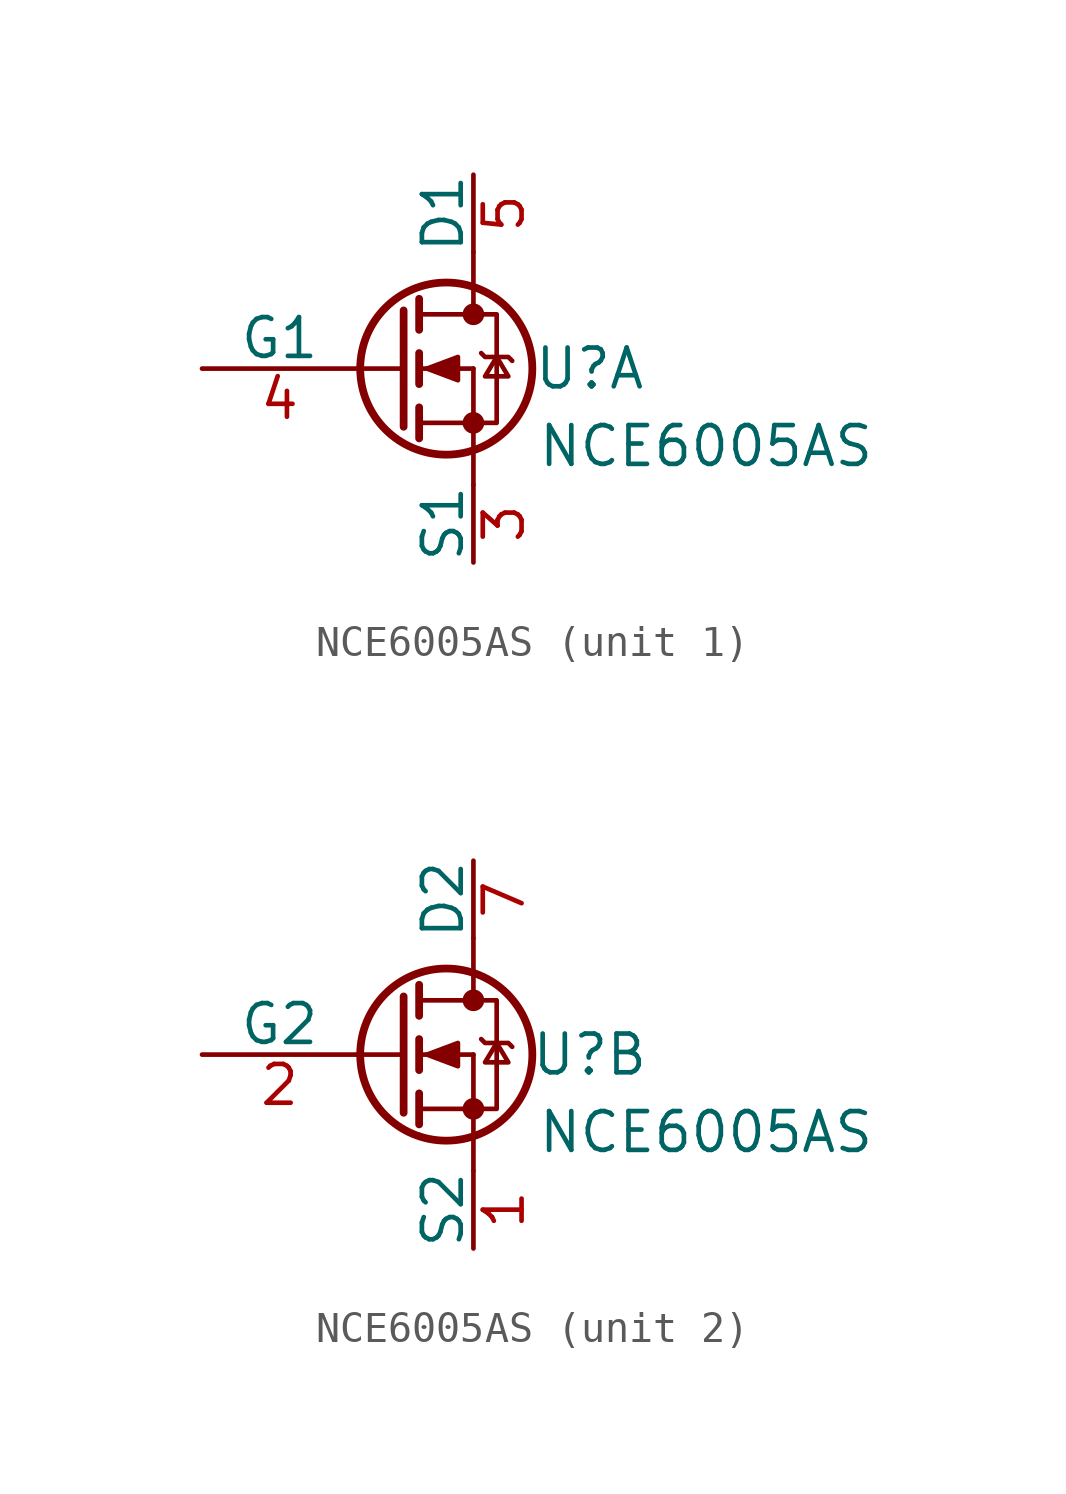
<source format=kicad_sym>
(kicad_symbol_lib
  (version 20211014)
  (generator kicad_symbol_editor)
  (symbol "NCE6005AS"
    (pin_names
      (offset 0))
    (property "Reference" "U"
      (at 3.81 0 0)
      (effects (font (size 1.27 1.27))))
    (property "Value" "NCE6005AS"
      (at 7.62 -2.54 0)
      (effects (font (size 1.27 1.27))))
    (property "ki_locked" ""
      (at 0 0 0)
      (effects (font (size 1.27 1.27))))
    (symbol "NCE6005AS_1_1"
      (circle (center -0.889 0) (radius 2.819) (stroke (width 0.254) (type default) (color 0 0 0 0)) (fill (type none)))
      (circle (center 0 -1.778) (radius 0.279) (stroke (width 0) (type default) (color 0 0 0 0)) (fill (type outline)))
      (polyline (pts (xy -3.81 0) (xy -2.286 0)) (stroke (width 0) (type default) (color 0 0 0 0)) (fill (type none)))
      (polyline (pts (xy -1.778 -1.778) (xy 0 -1.778)) (stroke (width 0) (type default) (color 0 0 0 0)) (fill (type none)))
      (polyline (pts (xy -1.778 -1.27) (xy -1.778 -2.286)) (stroke (width 0.254) (type default) (color 0 0 0 0)) (fill (type none)))
      (polyline (pts (xy -1.778 0) (xy 0 0)) (stroke (width 0) (type default) (color 0 0 0 0)) (fill (type none)))
      (polyline (pts (xy -1.778 0.508) (xy -1.778 -0.508)) (stroke (width 0.254) (type default) (color 0 0 0 0)) (fill (type none)))
      (polyline (pts (xy -1.778 1.778) (xy 0 1.778)) (stroke (width 0) (type default) (color 0 0 0 0)) (fill (type none)))
      (polyline (pts (xy -1.778 2.286) (xy -1.778 1.27)) (stroke (width 0.254) (type default) (color 0 0 0 0)) (fill (type none)))
      (polyline (pts (xy 0 -1.778) (xy 0 -3.81)) (stroke (width 0) (type default) (color 0 0 0 0)) (fill (type none)))
      (polyline (pts (xy 0 -1.778) (xy 0 0)) (stroke (width 0) (type default) (color 0 0 0 0)) (fill (type none)))
      (polyline (pts (xy 0 3.81) (xy 0 1.778)) (stroke (width 0) (type default) (color 0 0 0 0)) (fill (type none)))
      (polyline (pts (xy -2.286 1.905) (xy -2.286 -1.905) (xy -2.286 -1.905)) (stroke (width 0.254) (type default) (color 0 0 0 0)) (fill (type none)))
      (polyline (pts (xy -1.524 0) (xy -0.508 0.381) (xy -0.508 -0.381) (xy -1.524 0)) (stroke (width 0) (type default) (color 0 0 0 0)) (fill (type outline)))
      (polyline (pts (xy 0 -1.778) (xy 0.762 -1.778) (xy 0.762 1.778) (xy 0 1.778)) (stroke (width 0) (type default) (color 0 0 0 0)) (fill (type none)))
      (polyline (pts (xy 0.254 0.508) (xy 0.381 0.381) (xy 1.143 0.381) (xy 1.27 0.254)) (stroke (width 0) (type default) (color 0 0 0 0)) (fill (type none)))
      (polyline (pts (xy 0.762 0.381) (xy 0.381 -0.254) (xy 1.143 -0.254) (xy 0.762 0.381)) (stroke (width 0) (type default) (color 0 0 0 0)) (fill (type none)))
      (circle (center 0 1.778) (radius 0.279) (stroke (width 0) (type default) (color 0 0 0 0)) (fill (type outline)))
      (pin passive line (at 0 -6.35 90) (length 2.54) (name "S1" (effects (font (size 1.27 1.27)))) (number "3" (effects (font (size 1.27 1.27)))))
      (pin passive line (at 0 6.35 270) (length 2.54) (name "D1" (effects (font (size 1.27 1.27)))) (number "5" (effects (font (size 1.27 1.27)))))
      (pin passive line (at 0 6.35 270) (length 2.54) hide (name "D1" (effects (font (size 1.27 1.27)))) (number "6" (effects (font (size 1.27 1.27)))))
      (pin input line (at -8.89 0 0) (length 5.08) (name "G1" (effects (font (size 1.27 1.27)))) (number " 4" (effects (font (size 1.27 1.27))))))
    (symbol "NCE6005AS_2_1"
      (circle (center -0.889 0) (radius 2.819) (stroke (width 0.254) (type default) (color 0 0 0 0)) (fill (type none)))
      (circle (center 0 -1.778) (radius 0.279) (stroke (width 0) (type default) (color 0 0 0 0)) (fill (type outline)))
      (polyline (pts (xy -3.81 0) (xy -2.286 0)) (stroke (width 0) (type default) (color 0 0 0 0)) (fill (type none)))
      (polyline (pts (xy -1.778 -1.778) (xy 0 -1.778)) (stroke (width 0) (type default) (color 0 0 0 0)) (fill (type none)))
      (polyline (pts (xy -1.778 -1.27) (xy -1.778 -2.286)) (stroke (width 0.254) (type default) (color 0 0 0 0)) (fill (type none)))
      (polyline (pts (xy -1.778 0) (xy 0 0)) (stroke (width 0) (type default) (color 0 0 0 0)) (fill (type none)))
      (polyline (pts (xy -1.778 0.508) (xy -1.778 -0.508)) (stroke (width 0.254) (type default) (color 0 0 0 0)) (fill (type none)))
      (polyline (pts (xy -1.778 1.778) (xy 0 1.778)) (stroke (width 0) (type default) (color 0 0 0 0)) (fill (type none)))
      (polyline (pts (xy -1.778 2.286) (xy -1.778 1.27)) (stroke (width 0.254) (type default) (color 0 0 0 0)) (fill (type none)))
      (polyline (pts (xy 0 -1.778) (xy 0 -3.81)) (stroke (width 0) (type default) (color 0 0 0 0)) (fill (type none)))
      (polyline (pts (xy 0 -1.778) (xy 0 0)) (stroke (width 0) (type default) (color 0 0 0 0)) (fill (type none)))
      (polyline (pts (xy 0 3.81) (xy 0 1.778)) (stroke (width 0) (type default) (color 0 0 0 0)) (fill (type none)))
      (polyline (pts (xy -2.286 1.905) (xy -2.286 -1.905) (xy -2.286 -1.905)) (stroke (width 0.254) (type default) (color 0 0 0 0)) (fill (type none)))
      (polyline (pts (xy -1.524 0) (xy -0.508 0.381) (xy -0.508 -0.381) (xy -1.524 0)) (stroke (width 0) (type default) (color 0 0 0 0)) (fill (type outline)))
      (polyline (pts (xy 0 -1.778) (xy 0.762 -1.778) (xy 0.762 1.778) (xy 0 1.778)) (stroke (width 0) (type default) (color 0 0 0 0)) (fill (type none)))
      (polyline (pts (xy 0.254 0.508) (xy 0.381 0.381) (xy 1.143 0.381) (xy 1.27 0.254)) (stroke (width 0) (type default) (color 0 0 0 0)) (fill (type none)))
      (polyline (pts (xy 0.762 0.381) (xy 0.381 -0.254) (xy 1.143 -0.254) (xy 0.762 0.381)) (stroke (width 0) (type default) (color 0 0 0 0)) (fill (type none)))
      (circle (center 0 1.778) (radius 0.279) (stroke (width 0) (type default) (color 0 0 0 0)) (fill (type outline)))
      (pin passive line (at 0 -6.35 90) (length 2.54) (name "S2" (effects (font (size 1.27 1.27)))) (number "1" (effects (font (size 1.27 1.27)))))
      (pin input line (at -8.89 0 0) (length 5.08) (name "G2" (effects (font (size 1.27 1.27)))) (number "2" (effects (font (size 1.27 1.27)))))
      (pin passive line (at 0 6.35 270) (length 2.54) (name "D2" (effects (font (size 1.27 1.27)))) (number "7" (effects (font (size 1.27 1.27)))))
      (pin passive line (at 0 6.35 270) (length 2.54) hide (name "D2" (effects (font (size 1.27 1.27)))) (number "8" (effects (font (size 1.27 1.27))))))))
</source>
